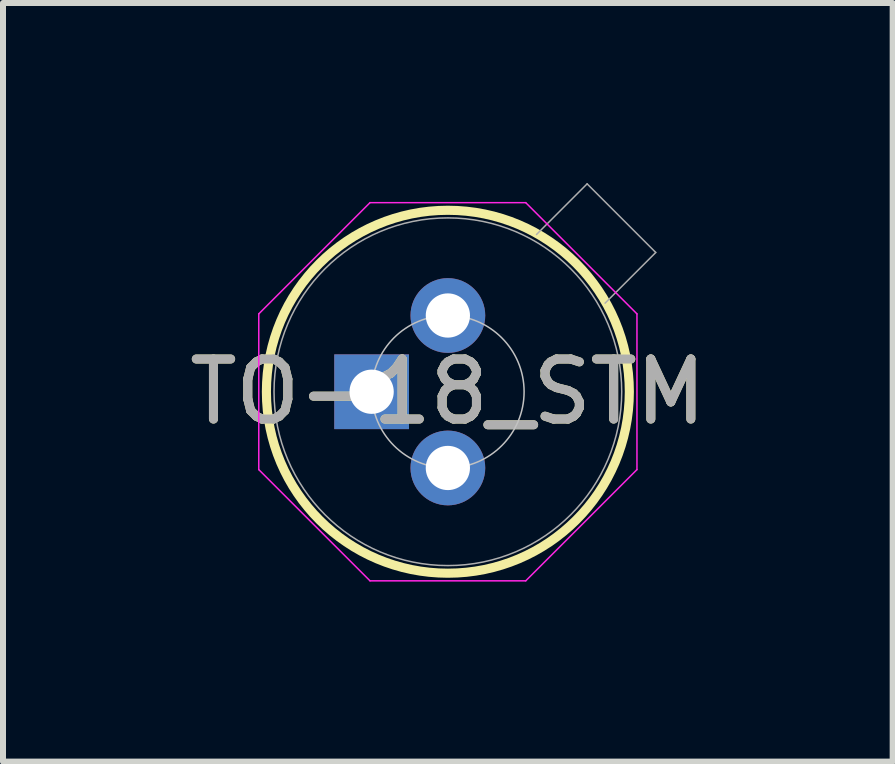
<source format=kicad_pcb>
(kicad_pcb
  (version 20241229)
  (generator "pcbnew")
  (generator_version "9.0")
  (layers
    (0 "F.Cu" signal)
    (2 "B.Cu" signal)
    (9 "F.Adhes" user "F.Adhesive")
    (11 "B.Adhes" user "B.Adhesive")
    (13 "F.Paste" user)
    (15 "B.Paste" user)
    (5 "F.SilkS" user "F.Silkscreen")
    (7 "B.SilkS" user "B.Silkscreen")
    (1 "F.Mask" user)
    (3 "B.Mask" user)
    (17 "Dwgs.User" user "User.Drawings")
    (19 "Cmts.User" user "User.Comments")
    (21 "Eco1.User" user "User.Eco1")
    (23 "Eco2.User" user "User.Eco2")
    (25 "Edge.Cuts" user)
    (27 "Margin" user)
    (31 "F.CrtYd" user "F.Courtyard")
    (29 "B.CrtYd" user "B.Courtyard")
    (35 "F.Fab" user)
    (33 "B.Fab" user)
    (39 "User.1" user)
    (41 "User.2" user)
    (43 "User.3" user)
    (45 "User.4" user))
  (footprint "TO-18_STM"
    (layer "F.Cu")
    (at 3.141 3.476)
    (property "Reference" "TO-18_STM" (at 1.27 0 0) (unlocked yes) (layer "F.SilkS") (effects (font (size 1 1) (thickness 0.15))))
    (attr through_hole)
    (fp_circle (center 1.27 0) (end 4.293 0) (stroke (width 0.152) (type solid)) (fill no) (layer "F.SilkS"))
    (fp_circle (center 1.27 0) (end 2.54 0) (stroke (width 0.025) (type solid)) (fill no) (layer "Dwgs.User"))
    (fp_line (start -1.88 -1.297) (end -0.027 -3.15) (stroke (width 0.025) (type solid)) (layer "F.CrtYd"))
    (fp_line (start -1.88 1.297) (end -1.88 -1.297) (stroke (width 0.025) (type solid)) (layer "F.CrtYd"))
    (fp_line (start -0.027 -3.15) (end 2.567 -3.15) (stroke (width 0.025) (type solid)) (layer "F.CrtYd"))
    (fp_line (start -0.027 3.15) (end -1.88 1.297) (stroke (width 0.025) (type solid)) (layer "F.CrtYd"))
    (fp_line (start 2.567 -3.15) (end 4.42 -1.297) (stroke (width 0.025) (type solid)) (layer "F.CrtYd"))
    (fp_line (start 2.567 3.15) (end -0.027 3.15) (stroke (width 0.025) (type solid)) (layer "F.CrtYd"))
    (fp_line (start 4.42 -1.297) (end 4.42 1.297) (stroke (width 0.025) (type solid)) (layer "F.CrtYd"))
    (fp_line (start 4.42 1.297) (end 2.567 3.15) (stroke (width 0.025) (type solid)) (layer "F.CrtYd"))
    (fp_line (start 3.59 -3.463) (end 2.746 -2.619) (stroke (width 0.025) (type solid)) (layer "F.Fab"))
    (fp_line (start 4.733 -2.32) (end 3.59 -3.463) (stroke (width 0.025) (type solid)) (layer "F.Fab"))
    (fp_line (start 4.733 -2.32) (end 3.889 -1.476) (stroke (width 0.025) (type solid)) (layer "F.Fab"))
    (fp_circle (center 1.27 0) (end 4.166 0) (stroke (width 0.025) (type solid)) (fill no) (layer "F.Fab"))
    (fp_text user "${REFERENCE}" (at 1.27 0 0) (unlocked yes) (layer "F.Fab") (effects (font (size 1 1) (thickness 0.15))))
    (pad "1" thru_hole rect (at 0 0) (size 1.245 1.245) (drill 0.737) (layers "*.Cu" "*.Mask"))
    (pad "2" thru_hole circle (at 1.27 1.27) (size 1.245 1.245) (drill 0.737) (layers "*.Cu" "*.Mask"))
    (pad "3" thru_hole circle (at 1.27 -1.27) (size 1.245 1.245) (drill 0.737) (layers "*.Cu" "*.Mask")))
  (gr_rect
    (start -3 -3)
    (end 11.821 9.638)
    (stroke (width 0.1) (type default))
    (fill no)
    (layer "Edge.Cuts")))
</source>
